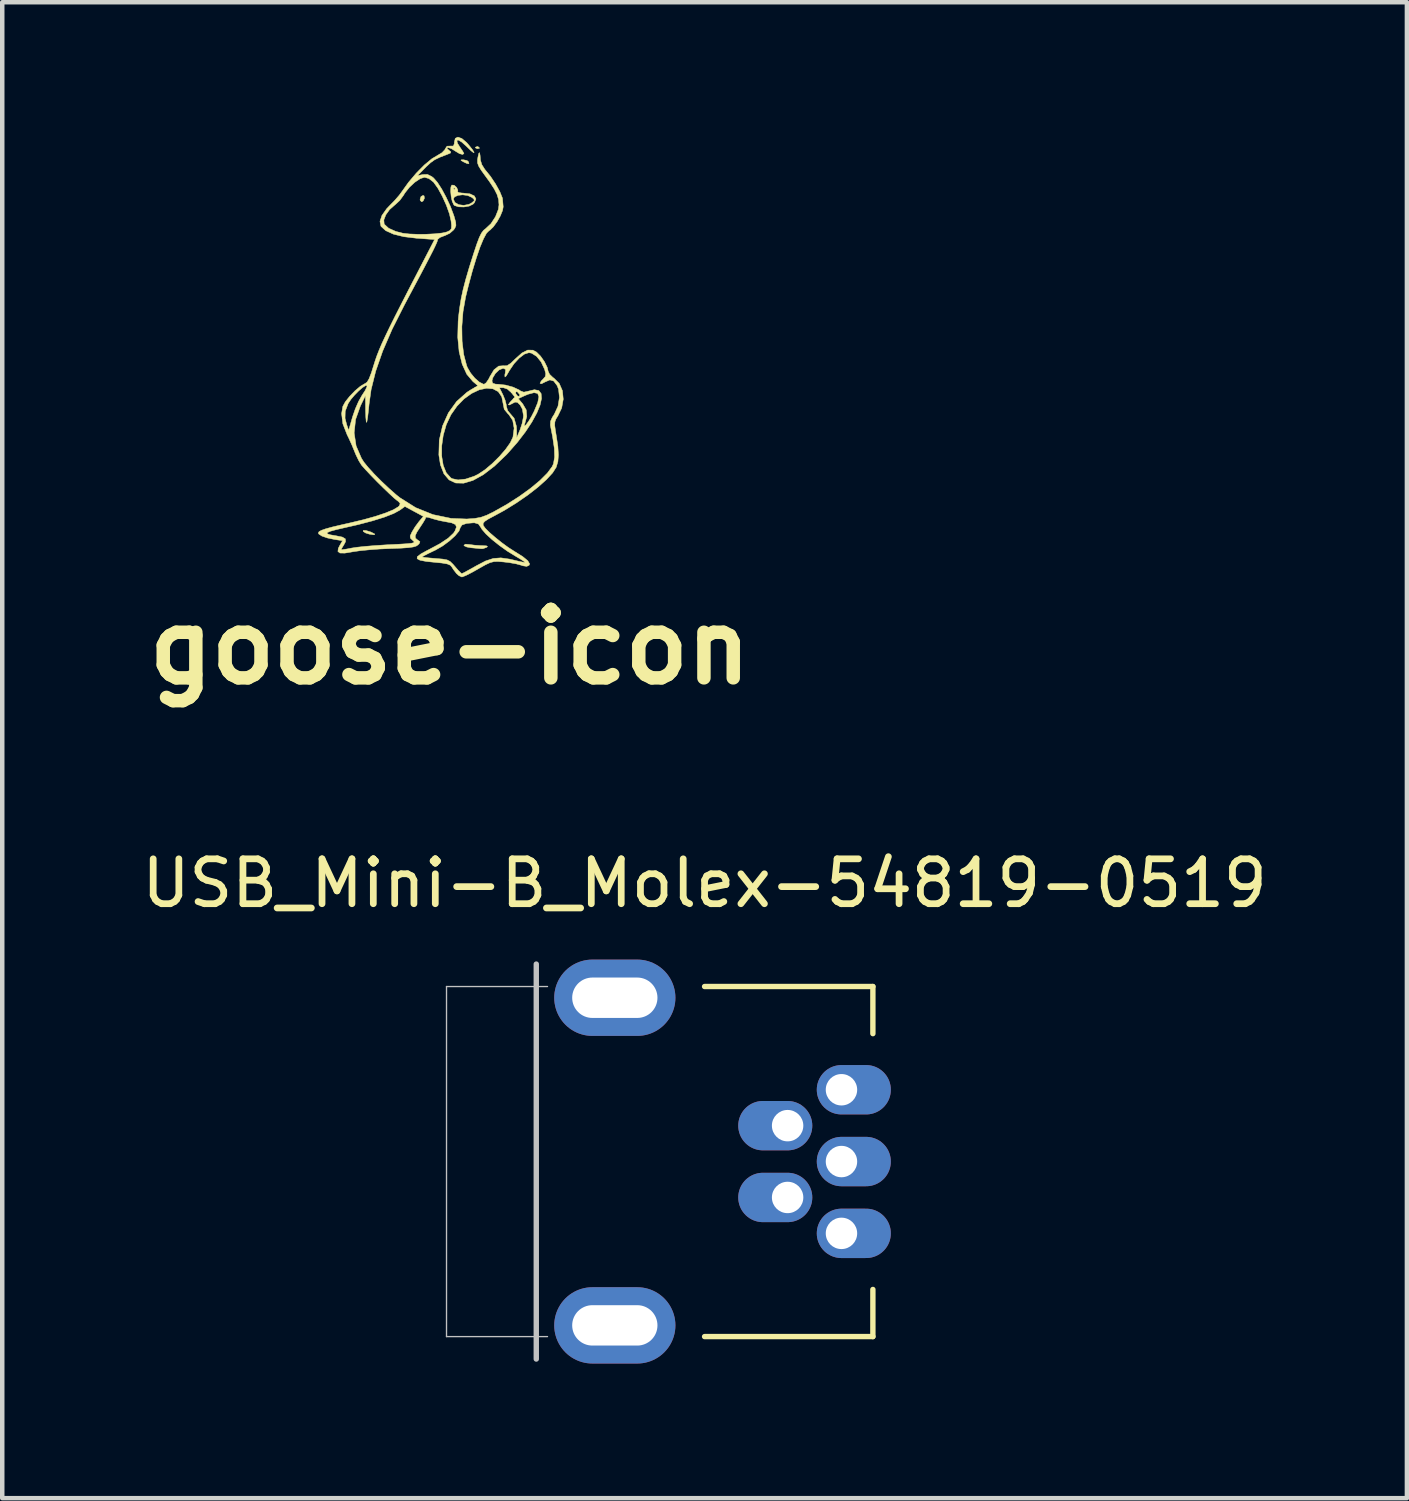
<source format=kicad_pcb>
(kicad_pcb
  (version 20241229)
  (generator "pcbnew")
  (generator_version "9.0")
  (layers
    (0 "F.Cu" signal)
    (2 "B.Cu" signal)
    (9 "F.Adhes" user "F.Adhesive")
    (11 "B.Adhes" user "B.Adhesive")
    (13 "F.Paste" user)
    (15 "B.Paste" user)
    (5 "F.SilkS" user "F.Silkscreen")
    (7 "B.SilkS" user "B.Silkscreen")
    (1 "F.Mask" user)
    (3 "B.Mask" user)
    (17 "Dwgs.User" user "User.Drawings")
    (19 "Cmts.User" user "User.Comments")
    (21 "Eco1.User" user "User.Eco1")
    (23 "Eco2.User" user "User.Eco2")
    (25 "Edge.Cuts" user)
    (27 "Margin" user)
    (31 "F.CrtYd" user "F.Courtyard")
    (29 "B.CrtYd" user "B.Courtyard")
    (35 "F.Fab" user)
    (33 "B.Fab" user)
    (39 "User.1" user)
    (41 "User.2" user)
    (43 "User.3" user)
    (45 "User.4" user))
  (footprint "USB_Mini-B_Molex-54819-0519"
    (layer "F.Cu")
    (at 12.649 22.831)
    (property "Reference" "USB_Mini-B_Molex-54819-0519" (at 0 -6.2 0) (layer "F.SilkS") (effects (font (size 1 1) (thickness 0.15))))
    (attr through_hole)
    (fp_line (start 0 -3.9) (end 3.75 -3.9) (stroke (width 0.12) (type solid)) (layer "F.SilkS"))
    (fp_line (start 0 3.9) (end 3.75 3.9) (stroke (width 0.12) (type solid)) (layer "F.SilkS"))
    (fp_line (start 3.75 -3.9) (end 3.75 -2.85) (stroke (width 0.12) (type solid)) (layer "F.SilkS"))
    (fp_line (start 3.75 2.85) (end 3.75 3.9) (stroke (width 0.12) (type solid)) (layer "F.SilkS"))
    (fp_line (start -5.75 -3.9) (end -5.75 3.9) (stroke (width 0.03) (type solid)) (layer "Dwgs.User"))
    (fp_line (start -5.75 -3.9) (end -3.5 -3.9) (stroke (width 0.03) (type solid)) (layer "Dwgs.User"))
    (fp_line (start -5.75 3.9) (end -3.5 3.9) (stroke (width 0.03) (type solid)) (layer "Dwgs.User"))
    (fp_line (start -3.75 -4.4) (end -3.75 4.4) (stroke (width 0.12) (type solid)) (layer "Dwgs.User"))
    (pad "1" thru_hole oval (at 3.05 -1.6) (size 1.65 1.1) (drill 0.7 (offset 0.275 0)) (layers "*.Cu" "*.Mask"))
    (pad "2" thru_hole oval (at 1.85 -0.8 180) (size 1.65 1.1) (drill 0.7 (offset 0.275 0)) (layers "*.Cu" "*.Mask"))
    (pad "3" thru_hole oval (at 3.05 0) (size 1.65 1.1) (drill 0.7 (offset 0.275 0)) (layers "*.Cu" "*.Mask"))
    (pad "4" thru_hole oval (at 1.85 0.8 180) (size 1.65 1.1) (drill 0.7 (offset 0.275 0)) (layers "*.Cu" "*.Mask"))
    (pad "5" thru_hole oval (at 3.05 1.6) (size 1.65 1.1) (drill 0.7 (offset 0.275 0)) (layers "*.Cu" "*.Mask"))
    (pad "6" thru_hole oval (at -2 -3.65) (size 2.7 1.7) (drill oval 1.9 0.9) (layers "*.Cu" "*.Mask"))
    (pad "6" thru_hole oval (at -2 3.65) (size 2.7 1.7) (drill oval 1.9 0.9) (layers "*.Cu" "*.Mask")))
  (footprint "goose-icon"
    (layer "F.Cu")
    (at 6.974 4.964)
    (property "Reference" "goose-icon" (at 0 6.4 0) (layer "F.SilkS") (effects (font (size 1.524 1.524) (thickness 0.3))))
    (attr through_hole)
    (fp_poly (pts (xy 0.628 -4.746) (xy 0.662 -4.714) (xy 0.622 -4.702) (xy 0.607 -4.702) (xy 0.568 -4.72) (xy 0.571 -4.735) (xy 0.616 -4.751) (xy 0.628 -4.746)) (stroke (width 0.01) (type solid)) (fill yes) (layer "F.SilkS"))
    (fp_poly (pts (xy -0.575 -3.649) (xy -0.567 -3.597) (xy -0.595 -3.537) (xy -0.629 -3.517) (xy -0.661 -3.548) (xy -0.664 -3.573) (xy -0.643 -3.636) (xy -0.598 -3.66) (xy -0.575 -3.649)) (stroke (width 0.01) (type solid)) (fill yes) (layer "F.SilkS"))
    (fp_poly (pts (xy 0.38 -4.438) (xy 0.412 -4.413) (xy 0.426 -4.367) (xy 0.382 -4.37) (xy 0.313 -4.402) (xy 0.248 -4.439) (xy 0.25 -4.452) (xy 0.301 -4.454) (xy 0.38 -4.438)) (stroke (width 0.01) (type solid)) (fill yes) (layer "F.SilkS"))
    (fp_poly (pts (xy -1.866 3.807) (xy -1.77 3.837) (xy -1.753 3.844) (xy -1.678 3.882) (xy -1.676 3.9) (xy -1.7 3.902) (xy -1.796 3.887) (xy -1.876 3.862) (xy -1.932 3.827) (xy -1.929 3.804) (xy -1.866 3.807)) (stroke (width 0.01) (type solid)) (fill yes) (layer "F.SilkS"))
    (fp_poly (pts (xy 0.435 4.118) (xy 0.557 4.134) (xy 0.699 4.143) (xy 0.718 4.143) (xy 0.814 4.148) (xy 0.839 4.164) (xy 0.821 4.181) (xy 0.738 4.211) (xy 0.703 4.213) (xy 0.629 4.206) (xy 0.515 4.195) (xy 0.479 4.192) (xy 0.377 4.174) (xy 0.318 4.147) (xy 0.313 4.135) (xy 0.346 4.111) (xy 0.435 4.118)) (stroke (width 0.01) (type solid)) (fill yes) (layer "F.SilkS"))
    (fp_poly (pts (xy 0.096 -3.886) (xy 0.15 -3.838) (xy 0.178 -3.776) (xy 0.172 -3.746) (xy 0.192 -3.724) (xy 0.268 -3.713) (xy 0.293 -3.712) (xy 0.447 -3.695) (xy 0.545 -3.649) (xy 0.581 -3.581) (xy 0.547 -3.498) (xy 0.515 -3.464) (xy 0.429 -3.422) (xy 0.311 -3.402) (xy 0.192 -3.406) (xy 0.104 -3.434) (xy 0.088 -3.449) (xy 0.052 -3.526) (xy 0.04 -3.579) (xy 0.078 -3.579) (xy 0.112 -3.503) (xy 0.196 -3.454) (xy 0.308 -3.439) (xy 0.423 -3.46) (xy 0.491 -3.497) (xy 0.543 -3.544) (xy 0.534 -3.579) (xy 0.491 -3.615) (xy 0.397 -3.658) (xy 0.285 -3.673) (xy 0.178 -3.661) (xy 0.101 -3.625) (xy 0.078 -3.579) (xy 0.04 -3.579) (xy 0.028 -3.637) (xy 0.017 -3.754) (xy 0.02 -3.81) (xy 0.078 -3.81) (xy 0.098 -3.79) (xy 0.117 -3.81) (xy 0.098 -3.83) (xy 0.078 -3.81) (xy 0.02 -3.81) (xy 0.023 -3.849) (xy 0.043 -3.891) (xy 0.096 -3.886)) (stroke (width 0.01) (type solid)) (fill yes) (layer "F.SilkS"))
    (fp_poly (pts (xy 0.266 -4.928) (xy 0.373 -4.838) (xy 0.405 -4.802) (xy 0.501 -4.683) (xy 0.541 -4.619) (xy 0.529 -4.61) (xy 0.466 -4.66) (xy 0.366 -4.757) (xy 0.261 -4.851) (xy 0.188 -4.893) (xy 0.155 -4.882) (xy 0.17 -4.821) (xy 0.23 -4.726) (xy 0.285 -4.646) (xy 0.312 -4.597) (xy 0.313 -4.593) (xy 0.285 -4.572) (xy 0.216 -4.59) (xy 0.129 -4.642) (xy 0.117 -4.65) (xy 0.03 -4.704) (xy -0.039 -4.726) (xy -0.07 -4.716) (xy -0.036 -4.679) (xy -0.024 -4.67) (xy 0.022 -4.629) (xy 0.01 -4.602) (xy -0.063 -4.572) (xy -0.224 -4.51) (xy -0.338 -4.455) (xy -0.429 -4.39) (xy -0.525 -4.301) (xy -0.55 -4.276) (xy -0.721 -4.101) (xy -0.602 -4.125) (xy -0.5 -4.128) (xy -0.405 -4.081) (xy -0.364 -4.049) (xy -0.279 -3.952) (xy -0.182 -3.802) (xy -0.082 -3.616) (xy 0.011 -3.416) (xy 0.084 -3.222) (xy 0.097 -3.183) (xy 0.129 -3.065) (xy 0.135 -2.991) (xy 0.112 -2.932) (xy 0.084 -2.892) (xy -0.003 -2.816) (xy -0.119 -2.761) (xy -0.131 -2.758) (xy -0.223 -2.722) (xy -0.271 -2.681) (xy -0.274 -2.672) (xy -0.278 -2.647) (xy -0.295 -2.603) (xy -0.326 -2.535) (xy -0.374 -2.435) (xy -0.444 -2.298) (xy -0.538 -2.117) (xy -0.659 -1.887) (xy -0.811 -1.601) (xy -0.996 -1.253) (xy -1.018 -1.211) (xy -1.287 -0.678) (xy -1.498 -0.19) (xy -1.653 0.256) (xy -1.755 0.666) (xy -1.8 0.988) (xy -1.817 1.155) (xy -1.833 1.29) (xy -1.848 1.377) (xy -1.855 1.399) (xy -1.865 1.373) (xy -1.873 1.286) (xy -1.878 1.155) (xy -1.879 1.11) (xy -1.882 0.801) (xy -1.994 1.032) (xy -2.101 1.332) (xy -2.133 1.631) (xy -2.089 1.922) (xy -1.97 2.198) (xy -1.915 2.284) (xy -1.821 2.4) (xy -1.685 2.549) (xy -1.523 2.712) (xy -1.353 2.872) (xy -1.194 3.012) (xy -1.113 3.076) (xy -0.762 3.297) (xy -0.377 3.452) (xy 0.027 3.536) (xy 0.376 3.55) (xy 0.555 3.537) (xy 0.692 3.512) (xy 0.824 3.464) (xy 0.971 3.392) (xy 1.268 3.225) (xy 1.547 3.047) (xy 1.796 2.867) (xy 2.008 2.691) (xy 2.171 2.528) (xy 2.278 2.384) (xy 2.308 2.319) (xy 2.333 2.172) (xy 2.327 1.975) (xy 2.289 1.719) (xy 2.261 1.579) (xy 2.238 1.456) (xy 2.243 1.371) (xy 2.281 1.287) (xy 2.327 1.215) (xy 2.409 1.037) (xy 2.441 0.842) (xy 2.421 0.658) (xy 2.388 0.575) (xy 2.313 0.476) (xy 2.227 0.451) (xy 2.126 0.494) (xy 2.041 0.537) (xy 2.008 0.528) (xy 2.035 0.475) (xy 2.073 0.437) (xy 2.126 0.376) (xy 2.136 0.313) (xy 2.111 0.217) (xy 2.034 0.052) (xy 1.933 -0.074) (xy 1.82 -0.145) (xy 1.76 -0.156) (xy 1.661 -0.124) (xy 1.545 -0.036) (xy 1.428 0.091) (xy 1.326 0.242) (xy 1.31 0.271) (xy 1.256 0.362) (xy 1.227 0.386) (xy 1.224 0.34) (xy 1.234 0.293) (xy 1.242 0.221) (xy 1.203 0.196) (xy 1.179 0.195) (xy 1.097 0.228) (xy 1.014 0.307) (xy 0.954 0.406) (xy 0.938 0.474) (xy 0.954 0.524) (xy 1.017 0.545) (xy 1.084 0.548) (xy 1.243 0.566) (xy 1.407 0.611) (xy 1.541 0.673) (xy 1.573 0.696) (xy 1.648 0.724) (xy 1.737 0.704) (xy 1.883 0.669) (xy 1.981 0.688) (xy 2.033 0.755) (xy 2.042 0.865) (xy 2.01 1.011) (xy 1.937 1.188) (xy 1.827 1.39) (xy 1.682 1.61) (xy 1.503 1.843) (xy 1.292 2.083) (xy 1.262 2.115) (xy 0.993 2.372) (xy 0.743 2.564) (xy 0.513 2.691) (xy 0.307 2.752) (xy 0.129 2.748) (xy -0.019 2.678) (xy -0.133 2.543) (xy -0.211 2.342) (xy -0.246 2.12) (xy -0.24 1.923) (xy -0.182 1.923) (xy -0.182 2.152) (xy -0.148 2.356) (xy -0.08 2.521) (xy 0.021 2.633) (xy 0.051 2.651) (xy 0.182 2.679) (xy 0.352 2.66) (xy 0.541 2.597) (xy 0.632 2.552) (xy 0.781 2.453) (xy 0.942 2.317) (xy 1.101 2.16) (xy 1.241 1.999) (xy 1.347 1.849) (xy 1.404 1.728) (xy 1.405 1.727) (xy 1.431 1.527) (xy 1.4 1.354) (xy 1.314 1.224) (xy 1.295 1.207) (xy 1.211 1.105) (xy 1.188 0.99) (xy 1.155 0.825) (xy 1.077 0.712) (xy 0.961 0.65) (xy 0.818 0.637) (xy 0.656 0.671) (xy 0.486 0.751) (xy 0.316 0.873) (xy 0.157 1.037) (xy 0.023 1.228) (xy -0.08 1.447) (xy -0.148 1.684) (xy -0.182 1.923) (xy -0.24 1.923) (xy -0.237 1.793) (xy -0.164 1.477) (xy -0.033 1.185) (xy 0.15 0.931) (xy 0.378 0.728) (xy 0.455 0.678) (xy 0.546 0.625) (xy 1.104 0.625) (xy 1.182 0.783) (xy 1.231 0.903) (xy 1.258 1.012) (xy 1.26 1.038) (xy 1.286 1.132) (xy 1.327 1.183) (xy 1.431 1.304) (xy 1.482 1.483) (xy 1.487 1.57) (xy 1.489 1.739) (xy 1.563 1.563) (xy 1.609 1.424) (xy 1.636 1.285) (xy 1.639 1.245) (xy 1.615 1.102) (xy 1.566 1.011) (xy 1.504 0.95) (xy 1.45 0.946) (xy 1.41 0.967) (xy 1.326 1.01) (xy 1.302 1.004) (xy 1.339 0.95) (xy 1.362 0.925) (xy 1.415 0.868) (xy 1.524 0.868) (xy 1.622 0.984) (xy 1.702 1.121) (xy 1.713 1.267) (xy 1.679 1.391) (xy 1.658 1.463) (xy 1.669 1.477) (xy 1.704 1.443) (xy 1.757 1.368) (xy 1.82 1.262) (xy 1.879 1.146) (xy 1.957 0.958) (xy 1.983 0.827) (xy 1.956 0.753) (xy 1.875 0.735) (xy 1.74 0.771) (xy 1.651 0.809) (xy 1.524 0.868) (xy 1.415 0.868) (xy 1.448 0.833) (xy 1.366 0.729) (xy 1.36 0.725) (xy 1.463 0.725) (xy 1.47 0.759) (xy 1.506 0.808) (xy 1.545 0.819) (xy 1.557 0.787) (xy 1.554 0.774) (xy 1.506 0.719) (xy 1.492 0.712) (xy 1.463 0.725) (xy 1.36 0.725) (xy 1.281 0.655) (xy 1.194 0.625) (xy 1.104 0.625) (xy 0.546 0.625) (xy 0.624 0.58) (xy 0.512 0.485) (xy 0.376 0.324) (xy 0.274 0.1) (xy 0.206 -0.177) (xy 0.175 -0.498) (xy 0.184 -0.853) (xy 0.192 -0.949) (xy 0.218 -1.158) (xy 0.25 -1.357) (xy 0.294 -1.561) (xy 0.353 -1.788) (xy 0.431 -2.054) (xy 0.531 -2.37) (xy 0.6 -2.577) (xy 0.655 -2.723) (xy 0.703 -2.82) (xy 0.75 -2.882) (xy 0.794 -2.917) (xy 0.915 -3.03) (xy 1.016 -3.185) (xy 1.081 -3.351) (xy 1.094 -3.45) (xy 1.085 -3.566) (xy 1.052 -3.678) (xy 0.988 -3.805) (xy 0.884 -3.964) (xy 0.797 -4.084) (xy 0.699 -4.219) (xy 0.642 -4.312) (xy 0.616 -4.383) (xy 0.615 -4.452) (xy 0.625 -4.513) (xy 0.645 -4.599) (xy 0.661 -4.613) (xy 0.673 -4.553) (xy 0.681 -4.446) (xy 0.712 -4.345) (xy 0.778 -4.24) (xy 0.786 -4.231) (xy 0.905 -4.084) (xy 1.019 -3.913) (xy 1.113 -3.743) (xy 1.17 -3.602) (xy 1.172 -3.595) (xy 1.188 -3.405) (xy 1.173 -3.323) (xy 1.124 -3.203) (xy 1.051 -3.074) (xy 0.969 -2.961) (xy 0.895 -2.888) (xy 0.874 -2.876) (xy 0.817 -2.819) (xy 0.749 -2.693) (xy 0.671 -2.506) (xy 0.588 -2.263) (xy 0.5 -1.974) (xy 0.412 -1.646) (xy 0.35 -1.393) (xy 0.293 -1.071) (xy 0.267 -0.737) (xy 0.272 -0.412) (xy 0.308 -0.116) (xy 0.373 0.131) (xy 0.391 0.176) (xy 0.461 0.297) (xy 0.556 0.412) (xy 0.658 0.501) (xy 0.747 0.545) (xy 0.763 0.547) (xy 0.809 0.514) (xy 0.865 0.431) (xy 0.893 0.375) (xy 0.983 0.225) (xy 1.088 0.143) (xy 1.2 0.134) (xy 1.211 0.137) (xy 1.275 0.133) (xy 1.358 0.079) (xy 1.454 -0.014) (xy 1.605 -0.149) (xy 1.734 -0.214) (xy 1.849 -0.212) (xy 1.929 -0.17) (xy 2.02 -0.079) (xy 2.106 0.044) (xy 2.168 0.17) (xy 2.19 0.259) (xy 2.222 0.326) (xy 2.298 0.399) (xy 2.317 0.411) (xy 2.437 0.53) (xy 2.508 0.693) (xy 2.526 0.881) (xy 2.491 1.077) (xy 2.407 1.251) (xy 2.362 1.324) (xy 2.339 1.388) (xy 2.336 1.467) (xy 2.352 1.583) (xy 2.368 1.681) (xy 2.406 1.93) (xy 2.418 2.12) (xy 2.407 2.269) (xy 2.37 2.393) (xy 2.37 2.395) (xy 2.289 2.522) (xy 2.148 2.675) (xy 1.959 2.843) (xy 1.733 3.019) (xy 1.48 3.193) (xy 1.213 3.358) (xy 0.998 3.475) (xy 0.857 3.55) (xy 0.775 3.604) (xy 0.741 3.647) (xy 0.742 3.69) (xy 0.744 3.695) (xy 0.79 3.758) (xy 0.884 3.852) (xy 1.012 3.962) (xy 1.155 4.077) (xy 1.3 4.183) (xy 1.429 4.266) (xy 1.432 4.268) (xy 1.621 4.386) (xy 1.736 4.48) (xy 1.777 4.55) (xy 1.765 4.581) (xy 1.711 4.606) (xy 1.624 4.592) (xy 1.587 4.579) (xy 1.476 4.549) (xy 1.324 4.522) (xy 1.196 4.507) (xy 1.073 4.497) (xy 0.98 4.5) (xy 0.895 4.522) (xy 0.794 4.569) (xy 0.654 4.648) (xy 0.627 4.664) (xy 0.484 4.744) (xy 0.364 4.805) (xy 0.284 4.838) (xy 0.265 4.842) (xy 0.202 4.813) (xy 0.149 4.767) (xy 0.08 4.677) (xy 0.044 4.62) (xy 0.008 4.579) (xy -0.06 4.551) (xy -0.177 4.531) (xy -0.31 4.518) (xy -0.525 4.496) (xy -0.665 4.469) (xy -0.73 4.435) (xy -0.725 4.397) (xy -0.618 4.397) (xy -0.576 4.405) (xy -0.476 4.416) (xy -0.338 4.428) (xy -0.313 4.43) (xy -0.161 4.443) (xy -0.063 4.461) (xy 0.005 4.496) (xy 0.068 4.557) (xy 0.113 4.609) (xy 0.19 4.698) (xy 0.247 4.755) (xy 0.265 4.767) (xy 0.306 4.749) (xy 0.397 4.7) (xy 0.524 4.63) (xy 0.59 4.592) (xy 0.793 4.486) (xy 0.966 4.429) (xy 1.136 4.416) (xy 1.332 4.444) (xy 1.447 4.471) (xy 1.565 4.499) (xy 1.647 4.515) (xy 1.672 4.515) (xy 1.647 4.492) (xy 1.57 4.442) (xy 1.461 4.377) (xy 1.282 4.267) (xy 1.103 4.139) (xy 0.938 4.007) (xy 0.804 3.884) (xy 0.715 3.781) (xy 0.694 3.745) (xy 0.637 3.662) (xy 0.549 3.635) (xy 0.528 3.635) (xy 0.373 3.648) (xy 0.271 3.683) (xy 0.234 3.737) (xy 0.234 3.737) (xy 0.202 3.82) (xy 0.115 3.925) (xy -0.011 4.039) (xy -0.161 4.15) (xy -0.321 4.242) (xy -0.353 4.257) (xy -0.482 4.319) (xy -0.575 4.367) (xy -0.617 4.394) (xy -0.618 4.397) (xy -0.725 4.397) (xy -0.724 4.389) (xy -0.648 4.329) (xy -0.505 4.25) (xy -0.484 4.24) (xy -0.224 4.101) (xy -0.037 3.977) (xy 0.081 3.865) (xy 0.114 3.815) (xy 0.146 3.73) (xy 0.125 3.674) (xy 0.043 3.637) (xy -0.077 3.614) (xy -0.226 3.586) (xy -0.372 3.547) (xy -0.398 3.538) (xy -0.487 3.512) (xy -0.534 3.508) (xy -0.536 3.512) (xy -0.552 3.555) (xy -0.603 3.64) (xy -0.655 3.719) (xy -0.737 3.845) (xy -0.773 3.925) (xy -0.767 3.977) (xy -0.721 4.016) (xy -0.713 4.021) (xy -0.667 4.055) (xy -0.68 4.094) (xy -0.71 4.126) (xy -0.75 4.153) (xy -0.816 4.173) (xy -0.92 4.188) (xy -1.075 4.199) (xy -1.294 4.208) (xy -1.335 4.209) (xy -1.565 4.219) (xy -1.794 4.236) (xy -1.997 4.256) (xy -2.15 4.278) (xy -2.167 4.281) (xy -2.342 4.31) (xy -2.45 4.308) (xy -2.495 4.274) (xy -2.486 4.204) (xy -2.456 4.144) (xy -2.392 4.033) (xy -2.569 4.006) (xy -2.727 3.973) (xy -2.85 3.931) (xy -2.92 3.885) (xy -2.931 3.862) (xy -2.927 3.854) (xy -2.735 3.854) (xy -2.735 3.878) (xy -2.67 3.901) (xy -2.543 3.923) (xy -2.531 3.925) (xy -2.394 3.953) (xy -2.328 3.994) (xy -2.325 4.055) (xy -2.361 4.123) (xy -2.405 4.195) (xy -2.423 4.232) (xy -2.388 4.232) (xy -2.298 4.219) (xy -2.191 4.198) (xy -2.068 4.179) (xy -1.888 4.16) (xy -1.672 4.142) (xy -1.44 4.127) (xy -1.352 4.122) (xy -1.124 4.111) (xy -0.963 4.101) (xy -0.862 4.091) (xy -0.809 4.079) (xy -0.795 4.063) (xy -0.81 4.042) (xy -0.827 4.028) (xy -0.879 3.977) (xy -0.885 3.928) (xy -0.848 3.846) (xy -0.846 3.842) (xy -0.776 3.726) (xy -0.691 3.611) (xy -0.688 3.607) (xy -0.591 3.492) (xy -0.797 3.381) (xy -1.002 3.27) (xy -1.116 3.353) (xy -1.252 3.427) (xy -1.459 3.508) (xy -1.728 3.592) (xy -2.053 3.677) (xy -2.316 3.737) (xy -2.529 3.786) (xy -2.667 3.824) (xy -2.735 3.854) (xy -2.927 3.854) (xy -2.916 3.833) (xy -2.864 3.803) (xy -2.768 3.769) (xy -2.619 3.728) (xy -2.407 3.678) (xy -2.22 3.636) (xy -1.924 3.565) (xy -1.659 3.491) (xy -1.435 3.416) (xy -1.262 3.345) (xy -1.153 3.28) (xy -1.129 3.258) (xy -1.107 3.208) (xy -1.145 3.16) (xy -1.176 3.138) (xy -1.243 3.083) (xy -1.349 2.985) (xy -1.48 2.859) (xy -1.621 2.72) (xy -1.756 2.581) (xy -1.873 2.457) (xy -1.957 2.363) (xy -1.971 2.346) (xy -2.03 2.251) (xy -2.093 2.121) (xy -2.119 2.058) (xy -2.182 1.904) (xy -2.258 1.737) (xy -2.289 1.675) (xy -2.385 1.428) (xy -2.4 1.306) (xy -2.336 1.306) (xy -2.3 1.445) (xy -2.255 1.574) (xy -2.168 1.272) (xy -2.108 1.098) (xy -2.034 0.929) (xy -1.96 0.798) (xy -1.957 0.793) (xy -1.89 0.69) (xy -1.851 0.61) (xy -1.845 0.58) (xy -1.878 0.577) (xy -1.945 0.62) (xy -2.033 0.696) (xy -2.125 0.79) (xy -2.208 0.888) (xy -2.267 0.978) (xy -2.268 0.98) (xy -2.332 1.148) (xy -2.336 1.306) (xy -2.4 1.306) (xy -2.413 1.201) (xy -2.385 1.04) (xy -2.33 0.939) (xy -2.232 0.816) (xy -2.114 0.694) (xy -1.995 0.593) (xy -1.896 0.534) (xy -1.889 0.532) (xy -1.844 0.499) (xy -1.8 0.424) (xy -1.75 0.294) (xy -1.698 0.128) (xy -1.664 0.02) (xy -1.625 -0.092) (xy -1.577 -0.214) (xy -1.517 -0.355) (xy -1.44 -0.52) (xy -1.345 -0.718) (xy -1.227 -0.956) (xy -1.082 -1.241) (xy -0.909 -1.579) (xy -0.702 -1.979) (xy -0.685 -2.012) (xy -0.341 -2.677) (xy -0.743 -2.706) (xy -1.026 -2.74) (xy -1.258 -2.797) (xy -1.43 -2.875) (xy -1.533 -2.969) (xy -1.536 -2.974) (xy -1.558 -3.081) (xy -1.547 -3.113) (xy -1.472 -3.113) (xy -1.464 -3.024) (xy -1.461 -3.018) (xy -1.365 -2.929) (xy -1.204 -2.857) (xy -1.046 -2.817) (xy -0.903 -2.801) (xy -0.722 -2.794) (xy -0.525 -2.795) (xy -0.335 -2.805) (xy -0.175 -2.822) (xy -0.068 -2.846) (xy -0.063 -2.848) (xy 0.003 -2.88) (xy 0.033 -2.922) (xy 0.036 -2.998) (xy 0.026 -3.091) (xy -0.01 -3.249) (xy -0.079 -3.442) (xy -0.169 -3.641) (xy -0.267 -3.82) (xy -0.361 -3.951) (xy -0.367 -3.958) (xy -0.467 -4.035) (xy -0.565 -4.064) (xy -0.663 -4.033) (xy -0.782 -3.953) (xy -0.903 -3.84) (xy -1.004 -3.712) (xy -1.033 -3.663) (xy -1.117 -3.548) (xy -1.223 -3.45) (xy -1.231 -3.444) (xy -1.344 -3.344) (xy -1.428 -3.227) (xy -1.472 -3.113) (xy -1.547 -3.113) (xy -1.514 -3.214) (xy -1.407 -3.365) (xy -1.335 -3.44) (xy -1.225 -3.553) (xy -1.128 -3.665) (xy -1.078 -3.733) (xy -0.922 -3.951) (xy -0.747 -4.158) (xy -0.569 -4.338) (xy -0.401 -4.477) (xy -0.275 -4.552) (xy -0.175 -4.612) (xy -0.111 -4.68) (xy -0.103 -4.699) (xy -0.064 -4.757) (xy 0.008 -4.76) (xy 0.076 -4.76) (xy 0.098 -4.809) (xy 0.099 -4.843) (xy 0.12 -4.932) (xy 0.179 -4.959) (xy 0.266 -4.928)) (stroke (width 0.01) (type solid)) (fill yes) (layer "F.SilkS")))
  (gr_rect
    (start -3 -3)
    (end 28.298 30.331)
    (stroke (width 0.1) (type default))
    (fill no)
    (layer "Edge.Cuts")))
</source>
